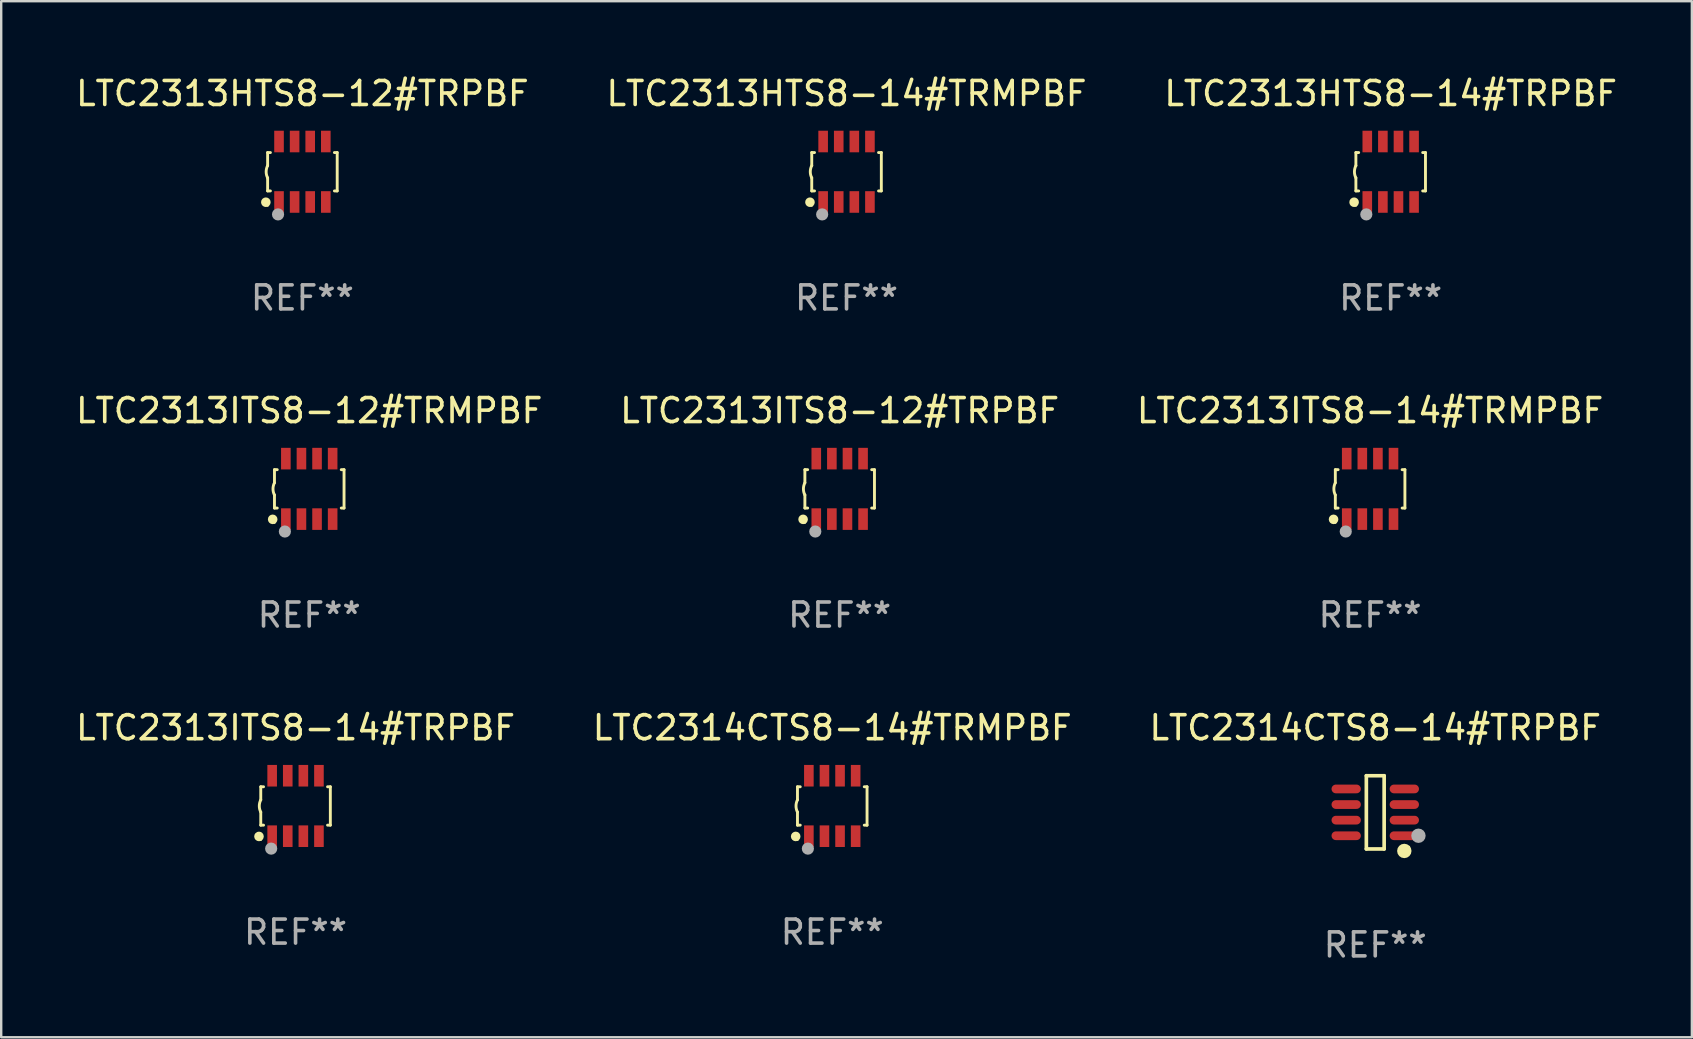
<source format=kicad_pcb>
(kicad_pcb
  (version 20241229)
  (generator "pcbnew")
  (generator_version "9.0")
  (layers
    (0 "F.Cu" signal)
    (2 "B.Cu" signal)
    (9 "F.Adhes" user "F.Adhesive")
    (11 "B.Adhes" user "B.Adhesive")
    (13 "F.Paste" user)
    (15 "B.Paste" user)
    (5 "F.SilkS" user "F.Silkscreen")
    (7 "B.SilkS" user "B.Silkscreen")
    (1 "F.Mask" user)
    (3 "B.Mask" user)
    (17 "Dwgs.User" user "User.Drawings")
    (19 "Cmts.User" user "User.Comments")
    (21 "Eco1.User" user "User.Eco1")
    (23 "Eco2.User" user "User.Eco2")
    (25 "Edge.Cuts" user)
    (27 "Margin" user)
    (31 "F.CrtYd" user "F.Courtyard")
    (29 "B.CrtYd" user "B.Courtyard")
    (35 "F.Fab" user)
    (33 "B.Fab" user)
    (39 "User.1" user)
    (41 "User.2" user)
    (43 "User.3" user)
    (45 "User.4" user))
  (footprint "LTC2313HTS8-14#TRPBF"
    (layer "F.Cu")
    (at 54.911 4.108)
    (property "Reference" "LTC2313HTS8-14#TRPBF" (at 0 -3.26 0) (layer "F.SilkS") (effects (font (size 1 1) (thickness 0.15))))
    (attr through_hole)
    (fp_line (start -1.45 -0.8) (end -1.45 -0.254) (stroke (width 0.12) (type solid)) (layer "F.SilkS"))
    (fp_line (start -1.45 -0.8) (end -1.334 -0.8) (stroke (width 0.12) (type solid)) (layer "F.SilkS"))
    (fp_line (start -1.45 0.8) (end -1.45 0.254) (stroke (width 0.12) (type solid)) (layer "F.SilkS"))
    (fp_line (start -1.45 0.8) (end -1.334 0.8) (stroke (width 0.12) (type solid)) (layer "F.SilkS"))
    (fp_line (start 1.334 -0.8) (end 1.45 -0.8) (stroke (width 0.12) (type solid)) (layer "F.SilkS"))
    (fp_line (start 1.334 0.8) (end 1.45 0.8) (stroke (width 0.12) (type solid)) (layer "F.SilkS"))
    (fp_line (start 1.45 0.8) (end 1.45 -0.8) (stroke (width 0.12) (type solid)) (layer "F.SilkS"))
    (fp_arc (start -1.45075 0.255144) (mid -1.510605 0.000434) (end -1.450013 -0.254102) (stroke (width 0.11999) (type solid)) (layer "F.SilkS"))
    (fp_circle (center -1.524 1.27) (end -1.424 1.27) (stroke (width 0.2) (type solid)) (fill no) (layer "F.SilkS"))
    (fp_circle (center -1.45 1.4) (end -1.42 1.4) (stroke (width 0.06) (type solid)) (fill no) (layer "F.SilkS"))
    (fp_circle (center -1.016 1.778) (end -0.889 1.778) (stroke (width 0.254) (type solid)) (fill no) (layer "F.Fab"))
    (fp_text user "REF**" (at 0 5.26 0) (layer "F.Fab") (effects (font (size 1 1) (thickness 0.15))))
    (pad "1" smd rect (at -0.975 1.26) (size 0.4 0.9) (layers "F.Cu" "F.Mask" "F.Paste"))
    (pad "2" smd rect (at -0.325 1.26) (size 0.4 0.9) (layers "F.Cu" "F.Mask" "F.Paste"))
    (pad "3" smd rect (at 0.325 1.26) (size 0.4 0.9) (layers "F.Cu" "F.Mask" "F.Paste"))
    (pad "4" smd rect (at 0.975 1.26) (size 0.4 0.9) (layers "F.Cu" "F.Mask" "F.Paste"))
    (pad "5" smd rect (at 0.975 -1.26) (size 0.4 0.9) (layers "F.Cu" "F.Mask" "F.Paste"))
    (pad "6" smd rect (at 0.325 -1.26) (size 0.4 0.9) (layers "F.Cu" "F.Mask" "F.Paste"))
    (pad "7" smd rect (at -0.325 -1.26) (size 0.4 0.9) (layers "F.Cu" "F.Mask" "F.Paste"))
    (pad "8" smd rect (at -0.975 -1.26) (size 0.4 0.9) (layers "F.Cu" "F.Mask" "F.Paste")))
  (footprint "LTC2314CTS8-14#TRMPBF"
    (layer "F.Cu")
    (at 31.637 30.541)
    (property "Reference" "LTC2314CTS8-14#TRMPBF" (at 0 -3.26 0) (layer "F.SilkS") (effects (font (size 1 1) (thickness 0.15))))
    (attr through_hole)
    (fp_line (start -1.45 -0.8) (end -1.45 -0.254) (stroke (width 0.12) (type solid)) (layer "F.SilkS"))
    (fp_line (start -1.45 -0.8) (end -1.334 -0.8) (stroke (width 0.12) (type solid)) (layer "F.SilkS"))
    (fp_line (start -1.45 0.8) (end -1.45 0.254) (stroke (width 0.12) (type solid)) (layer "F.SilkS"))
    (fp_line (start -1.45 0.8) (end -1.334 0.8) (stroke (width 0.12) (type solid)) (layer "F.SilkS"))
    (fp_line (start 1.334 -0.8) (end 1.45 -0.8) (stroke (width 0.12) (type solid)) (layer "F.SilkS"))
    (fp_line (start 1.334 0.8) (end 1.45 0.8) (stroke (width 0.12) (type solid)) (layer "F.SilkS"))
    (fp_line (start 1.45 0.8) (end 1.45 -0.8) (stroke (width 0.12) (type solid)) (layer "F.SilkS"))
    (fp_arc (start -1.45075 0.255144) (mid -1.510605 0.000434) (end -1.450013 -0.254102) (stroke (width 0.11999) (type solid)) (layer "F.SilkS"))
    (fp_circle (center -1.524 1.27) (end -1.424 1.27) (stroke (width 0.2) (type solid)) (fill no) (layer "F.SilkS"))
    (fp_circle (center -1.45 1.4) (end -1.42 1.4) (stroke (width 0.06) (type solid)) (fill no) (layer "F.SilkS"))
    (fp_circle (center -1.016 1.778) (end -0.889 1.778) (stroke (width 0.254) (type solid)) (fill no) (layer "F.Fab"))
    (fp_text user "REF**" (at 0 5.26 0) (layer "F.Fab") (effects (font (size 1 1) (thickness 0.15))))
    (pad "1" smd rect (at -0.975 1.26) (size 0.4 0.9) (layers "F.Cu" "F.Mask" "F.Paste"))
    (pad "2" smd rect (at -0.325 1.26) (size 0.4 0.9) (layers "F.Cu" "F.Mask" "F.Paste"))
    (pad "3" smd rect (at 0.325 1.26) (size 0.4 0.9) (layers "F.Cu" "F.Mask" "F.Paste"))
    (pad "4" smd rect (at 0.975 1.26) (size 0.4 0.9) (layers "F.Cu" "F.Mask" "F.Paste"))
    (pad "5" smd rect (at 0.975 -1.26) (size 0.4 0.9) (layers "F.Cu" "F.Mask" "F.Paste"))
    (pad "6" smd rect (at 0.325 -1.26) (size 0.4 0.9) (layers "F.Cu" "F.Mask" "F.Paste"))
    (pad "7" smd rect (at -0.325 -1.26) (size 0.4 0.9) (layers "F.Cu" "F.Mask" "F.Paste"))
    (pad "8" smd rect (at -0.975 -1.26) (size 0.4 0.9) (layers "F.Cu" "F.Mask" "F.Paste")))
  (footprint "LTC2313ITS8-12#TRMPBF"
    (layer "F.Cu")
    (at 9.839 17.325)
    (property "Reference" "LTC2313ITS8-12#TRMPBF" (at 0 -3.26 0) (layer "F.SilkS") (effects (font (size 1 1) (thickness 0.15))))
    (attr through_hole)
    (fp_line (start -1.45 -0.8) (end -1.45 -0.254) (stroke (width 0.12) (type solid)) (layer "F.SilkS"))
    (fp_line (start -1.45 -0.8) (end -1.334 -0.8) (stroke (width 0.12) (type solid)) (layer "F.SilkS"))
    (fp_line (start -1.45 0.8) (end -1.45 0.254) (stroke (width 0.12) (type solid)) (layer "F.SilkS"))
    (fp_line (start -1.45 0.8) (end -1.334 0.8) (stroke (width 0.12) (type solid)) (layer "F.SilkS"))
    (fp_line (start 1.334 -0.8) (end 1.45 -0.8) (stroke (width 0.12) (type solid)) (layer "F.SilkS"))
    (fp_line (start 1.334 0.8) (end 1.45 0.8) (stroke (width 0.12) (type solid)) (layer "F.SilkS"))
    (fp_line (start 1.45 0.8) (end 1.45 -0.8) (stroke (width 0.12) (type solid)) (layer "F.SilkS"))
    (fp_arc (start -1.45075 0.255144) (mid -1.510605 0.000434) (end -1.450013 -0.254102) (stroke (width 0.11999) (type solid)) (layer "F.SilkS"))
    (fp_circle (center -1.524 1.27) (end -1.424 1.27) (stroke (width 0.2) (type solid)) (fill no) (layer "F.SilkS"))
    (fp_circle (center -1.45 1.4) (end -1.42 1.4) (stroke (width 0.06) (type solid)) (fill no) (layer "F.SilkS"))
    (fp_circle (center -1.016 1.778) (end -0.889 1.778) (stroke (width 0.254) (type solid)) (fill no) (layer "F.Fab"))
    (fp_text user "REF**" (at 0 5.26 0) (layer "F.Fab") (effects (font (size 1 1) (thickness 0.15))))
    (pad "1" smd rect (at -0.975 1.26) (size 0.4 0.9) (layers "F.Cu" "F.Mask" "F.Paste"))
    (pad "2" smd rect (at -0.325 1.26) (size 0.4 0.9) (layers "F.Cu" "F.Mask" "F.Paste"))
    (pad "3" smd rect (at 0.325 1.26) (size 0.4 0.9) (layers "F.Cu" "F.Mask" "F.Paste"))
    (pad "4" smd rect (at 0.975 1.26) (size 0.4 0.9) (layers "F.Cu" "F.Mask" "F.Paste"))
    (pad "5" smd rect (at 0.975 -1.26) (size 0.4 0.9) (layers "F.Cu" "F.Mask" "F.Paste"))
    (pad "6" smd rect (at 0.325 -1.26) (size 0.4 0.9) (layers "F.Cu" "F.Mask" "F.Paste"))
    (pad "7" smd rect (at -0.325 -1.26) (size 0.4 0.9) (layers "F.Cu" "F.Mask" "F.Paste"))
    (pad "8" smd rect (at -0.975 -1.26) (size 0.4 0.9) (layers "F.Cu" "F.Mask" "F.Paste")))
  (footprint "LTC2313HTS8-12#TRPBF"
    (layer "F.Cu")
    (at 9.554 4.108)
    (property "Reference" "LTC2313HTS8-12#TRPBF" (at 0 -3.26 0) (layer "F.SilkS") (effects (font (size 1 1) (thickness 0.15))))
    (attr through_hole)
    (fp_line (start -1.45 -0.8) (end -1.45 -0.254) (stroke (width 0.12) (type solid)) (layer "F.SilkS"))
    (fp_line (start -1.45 -0.8) (end -1.334 -0.8) (stroke (width 0.12) (type solid)) (layer "F.SilkS"))
    (fp_line (start -1.45 0.8) (end -1.45 0.254) (stroke (width 0.12) (type solid)) (layer "F.SilkS"))
    (fp_line (start -1.45 0.8) (end -1.334 0.8) (stroke (width 0.12) (type solid)) (layer "F.SilkS"))
    (fp_line (start 1.334 -0.8) (end 1.45 -0.8) (stroke (width 0.12) (type solid)) (layer "F.SilkS"))
    (fp_line (start 1.334 0.8) (end 1.45 0.8) (stroke (width 0.12) (type solid)) (layer "F.SilkS"))
    (fp_line (start 1.45 0.8) (end 1.45 -0.8) (stroke (width 0.12) (type solid)) (layer "F.SilkS"))
    (fp_arc (start -1.45075 0.255144) (mid -1.510605 0.000434) (end -1.450013 -0.254102) (stroke (width 0.11999) (type solid)) (layer "F.SilkS"))
    (fp_circle (center -1.524 1.27) (end -1.424 1.27) (stroke (width 0.2) (type solid)) (fill no) (layer "F.SilkS"))
    (fp_circle (center -1.45 1.4) (end -1.42 1.4) (stroke (width 0.06) (type solid)) (fill no) (layer "F.SilkS"))
    (fp_circle (center -1.016 1.778) (end -0.889 1.778) (stroke (width 0.254) (type solid)) (fill no) (layer "F.Fab"))
    (fp_text user "REF**" (at 0 5.26 0) (layer "F.Fab") (effects (font (size 1 1) (thickness 0.15))))
    (pad "1" smd rect (at -0.975 1.26) (size 0.4 0.9) (layers "F.Cu" "F.Mask" "F.Paste"))
    (pad "2" smd rect (at -0.325 1.26) (size 0.4 0.9) (layers "F.Cu" "F.Mask" "F.Paste"))
    (pad "3" smd rect (at 0.325 1.26) (size 0.4 0.9) (layers "F.Cu" "F.Mask" "F.Paste"))
    (pad "4" smd rect (at 0.975 1.26) (size 0.4 0.9) (layers "F.Cu" "F.Mask" "F.Paste"))
    (pad "5" smd rect (at 0.975 -1.26) (size 0.4 0.9) (layers "F.Cu" "F.Mask" "F.Paste"))
    (pad "6" smd rect (at 0.325 -1.26) (size 0.4 0.9) (layers "F.Cu" "F.Mask" "F.Paste"))
    (pad "7" smd rect (at -0.325 -1.26) (size 0.4 0.9) (layers "F.Cu" "F.Mask" "F.Paste"))
    (pad "8" smd rect (at -0.975 -1.26) (size 0.4 0.9) (layers "F.Cu" "F.Mask" "F.Paste")))
  (footprint "LTC2313HTS8-14#TRMPBF"
    (layer "F.Cu")
    (at 32.232 4.108)
    (property "Reference" "LTC2313HTS8-14#TRMPBF" (at 0 -3.26 0) (layer "F.SilkS") (effects (font (size 1 1) (thickness 0.15))))
    (attr through_hole)
    (fp_line (start -1.45 -0.8) (end -1.45 -0.254) (stroke (width 0.12) (type solid)) (layer "F.SilkS"))
    (fp_line (start -1.45 -0.8) (end -1.334 -0.8) (stroke (width 0.12) (type solid)) (layer "F.SilkS"))
    (fp_line (start -1.45 0.8) (end -1.45 0.254) (stroke (width 0.12) (type solid)) (layer "F.SilkS"))
    (fp_line (start -1.45 0.8) (end -1.334 0.8) (stroke (width 0.12) (type solid)) (layer "F.SilkS"))
    (fp_line (start 1.334 -0.8) (end 1.45 -0.8) (stroke (width 0.12) (type solid)) (layer "F.SilkS"))
    (fp_line (start 1.334 0.8) (end 1.45 0.8) (stroke (width 0.12) (type solid)) (layer "F.SilkS"))
    (fp_line (start 1.45 0.8) (end 1.45 -0.8) (stroke (width 0.12) (type solid)) (layer "F.SilkS"))
    (fp_arc (start -1.45075 0.255144) (mid -1.510605 0.000434) (end -1.450013 -0.254102) (stroke (width 0.11999) (type solid)) (layer "F.SilkS"))
    (fp_circle (center -1.524 1.27) (end -1.424 1.27) (stroke (width 0.2) (type solid)) (fill no) (layer "F.SilkS"))
    (fp_circle (center -1.45 1.4) (end -1.42 1.4) (stroke (width 0.06) (type solid)) (fill no) (layer "F.SilkS"))
    (fp_circle (center -1.016 1.778) (end -0.889 1.778) (stroke (width 0.254) (type solid)) (fill no) (layer "F.Fab"))
    (fp_text user "REF**" (at 0 5.26 0) (layer "F.Fab") (effects (font (size 1 1) (thickness 0.15))))
    (pad "1" smd rect (at -0.975 1.26) (size 0.4 0.9) (layers "F.Cu" "F.Mask" "F.Paste"))
    (pad "2" smd rect (at -0.325 1.26) (size 0.4 0.9) (layers "F.Cu" "F.Mask" "F.Paste"))
    (pad "3" smd rect (at 0.325 1.26) (size 0.4 0.9) (layers "F.Cu" "F.Mask" "F.Paste"))
    (pad "4" smd rect (at 0.975 1.26) (size 0.4 0.9) (layers "F.Cu" "F.Mask" "F.Paste"))
    (pad "5" smd rect (at 0.975 -1.26) (size 0.4 0.9) (layers "F.Cu" "F.Mask" "F.Paste"))
    (pad "6" smd rect (at 0.325 -1.26) (size 0.4 0.9) (layers "F.Cu" "F.Mask" "F.Paste"))
    (pad "7" smd rect (at -0.325 -1.26) (size 0.4 0.9) (layers "F.Cu" "F.Mask" "F.Paste"))
    (pad "8" smd rect (at -0.975 -1.26) (size 0.4 0.9) (layers "F.Cu" "F.Mask" "F.Paste")))
  (footprint "LTC2313ITS8-12#TRPBF"
    (layer "F.Cu")
    (at 31.946 17.325)
    (property "Reference" "LTC2313ITS8-12#TRPBF" (at 0 -3.26 0) (layer "F.SilkS") (effects (font (size 1 1) (thickness 0.15))))
    (attr through_hole)
    (fp_line (start -1.45 -0.8) (end -1.45 -0.254) (stroke (width 0.12) (type solid)) (layer "F.SilkS"))
    (fp_line (start -1.45 -0.8) (end -1.334 -0.8) (stroke (width 0.12) (type solid)) (layer "F.SilkS"))
    (fp_line (start -1.45 0.8) (end -1.45 0.254) (stroke (width 0.12) (type solid)) (layer "F.SilkS"))
    (fp_line (start -1.45 0.8) (end -1.334 0.8) (stroke (width 0.12) (type solid)) (layer "F.SilkS"))
    (fp_line (start 1.334 -0.8) (end 1.45 -0.8) (stroke (width 0.12) (type solid)) (layer "F.SilkS"))
    (fp_line (start 1.334 0.8) (end 1.45 0.8) (stroke (width 0.12) (type solid)) (layer "F.SilkS"))
    (fp_line (start 1.45 0.8) (end 1.45 -0.8) (stroke (width 0.12) (type solid)) (layer "F.SilkS"))
    (fp_arc (start -1.45075 0.255144) (mid -1.510605 0.000434) (end -1.450013 -0.254102) (stroke (width 0.11999) (type solid)) (layer "F.SilkS"))
    (fp_circle (center -1.524 1.27) (end -1.424 1.27) (stroke (width 0.2) (type solid)) (fill no) (layer "F.SilkS"))
    (fp_circle (center -1.45 1.4) (end -1.42 1.4) (stroke (width 0.06) (type solid)) (fill no) (layer "F.SilkS"))
    (fp_circle (center -1.016 1.778) (end -0.889 1.778) (stroke (width 0.254) (type solid)) (fill no) (layer "F.Fab"))
    (fp_text user "REF**" (at 0 5.26 0) (layer "F.Fab") (effects (font (size 1 1) (thickness 0.15))))
    (pad "1" smd rect (at -0.975 1.26) (size 0.4 0.9) (layers "F.Cu" "F.Mask" "F.Paste"))
    (pad "2" smd rect (at -0.325 1.26) (size 0.4 0.9) (layers "F.Cu" "F.Mask" "F.Paste"))
    (pad "3" smd rect (at 0.325 1.26) (size 0.4 0.9) (layers "F.Cu" "F.Mask" "F.Paste"))
    (pad "4" smd rect (at 0.975 1.26) (size 0.4 0.9) (layers "F.Cu" "F.Mask" "F.Paste"))
    (pad "5" smd rect (at 0.975 -1.26) (size 0.4 0.9) (layers "F.Cu" "F.Mask" "F.Paste"))
    (pad "6" smd rect (at 0.325 -1.26) (size 0.4 0.9) (layers "F.Cu" "F.Mask" "F.Paste"))
    (pad "7" smd rect (at -0.325 -1.26) (size 0.4 0.9) (layers "F.Cu" "F.Mask" "F.Paste"))
    (pad "8" smd rect (at -0.975 -1.26) (size 0.4 0.9) (layers "F.Cu" "F.Mask" "F.Paste")))
  (footprint "LTC2313ITS8-14#TRMPBF"
    (layer "F.Cu")
    (at 54.054 17.325)
    (property "Reference" "LTC2313ITS8-14#TRMPBF" (at 0 -3.26 0) (layer "F.SilkS") (effects (font (size 1 1) (thickness 0.15))))
    (attr through_hole)
    (fp_line (start -1.45 -0.8) (end -1.45 -0.254) (stroke (width 0.12) (type solid)) (layer "F.SilkS"))
    (fp_line (start -1.45 -0.8) (end -1.334 -0.8) (stroke (width 0.12) (type solid)) (layer "F.SilkS"))
    (fp_line (start -1.45 0.8) (end -1.45 0.254) (stroke (width 0.12) (type solid)) (layer "F.SilkS"))
    (fp_line (start -1.45 0.8) (end -1.334 0.8) (stroke (width 0.12) (type solid)) (layer "F.SilkS"))
    (fp_line (start 1.334 -0.8) (end 1.45 -0.8) (stroke (width 0.12) (type solid)) (layer "F.SilkS"))
    (fp_line (start 1.334 0.8) (end 1.45 0.8) (stroke (width 0.12) (type solid)) (layer "F.SilkS"))
    (fp_line (start 1.45 0.8) (end 1.45 -0.8) (stroke (width 0.12) (type solid)) (layer "F.SilkS"))
    (fp_arc (start -1.45075 0.255144) (mid -1.510605 0.000434) (end -1.450013 -0.254102) (stroke (width 0.11999) (type solid)) (layer "F.SilkS"))
    (fp_circle (center -1.524 1.27) (end -1.424 1.27) (stroke (width 0.2) (type solid)) (fill no) (layer "F.SilkS"))
    (fp_circle (center -1.45 1.4) (end -1.42 1.4) (stroke (width 0.06) (type solid)) (fill no) (layer "F.SilkS"))
    (fp_circle (center -1.016 1.778) (end -0.889 1.778) (stroke (width 0.254) (type solid)) (fill no) (layer "F.Fab"))
    (fp_text user "REF**" (at 0 5.26 0) (layer "F.Fab") (effects (font (size 1 1) (thickness 0.15))))
    (pad "1" smd rect (at -0.975 1.26) (size 0.4 0.9) (layers "F.Cu" "F.Mask" "F.Paste"))
    (pad "2" smd rect (at -0.325 1.26) (size 0.4 0.9) (layers "F.Cu" "F.Mask" "F.Paste"))
    (pad "3" smd rect (at 0.325 1.26) (size 0.4 0.9) (layers "F.Cu" "F.Mask" "F.Paste"))
    (pad "4" smd rect (at 0.975 1.26) (size 0.4 0.9) (layers "F.Cu" "F.Mask" "F.Paste"))
    (pad "5" smd rect (at 0.975 -1.26) (size 0.4 0.9) (layers "F.Cu" "F.Mask" "F.Paste"))
    (pad "6" smd rect (at 0.325 -1.26) (size 0.4 0.9) (layers "F.Cu" "F.Mask" "F.Paste"))
    (pad "7" smd rect (at -0.325 -1.26) (size 0.4 0.9) (layers "F.Cu" "F.Mask" "F.Paste"))
    (pad "8" smd rect (at -0.975 -1.26) (size 0.4 0.9) (layers "F.Cu" "F.Mask" "F.Paste")))
  (footprint "LTC2313ITS8-14#TRPBF"
    (layer "F.Cu")
    (at 9.268 30.541)
    (property "Reference" "LTC2313ITS8-14#TRPBF" (at 0 -3.26 0) (layer "F.SilkS") (effects (font (size 1 1) (thickness 0.15))))
    (attr through_hole)
    (fp_line (start -1.45 -0.8) (end -1.45 -0.254) (stroke (width 0.12) (type solid)) (layer "F.SilkS"))
    (fp_line (start -1.45 -0.8) (end -1.334 -0.8) (stroke (width 0.12) (type solid)) (layer "F.SilkS"))
    (fp_line (start -1.45 0.8) (end -1.45 0.254) (stroke (width 0.12) (type solid)) (layer "F.SilkS"))
    (fp_line (start -1.45 0.8) (end -1.334 0.8) (stroke (width 0.12) (type solid)) (layer "F.SilkS"))
    (fp_line (start 1.334 -0.8) (end 1.45 -0.8) (stroke (width 0.12) (type solid)) (layer "F.SilkS"))
    (fp_line (start 1.334 0.8) (end 1.45 0.8) (stroke (width 0.12) (type solid)) (layer "F.SilkS"))
    (fp_line (start 1.45 0.8) (end 1.45 -0.8) (stroke (width 0.12) (type solid)) (layer "F.SilkS"))
    (fp_arc (start -1.45075 0.255144) (mid -1.510605 0.000434) (end -1.450013 -0.254102) (stroke (width 0.11999) (type solid)) (layer "F.SilkS"))
    (fp_circle (center -1.524 1.27) (end -1.424 1.27) (stroke (width 0.2) (type solid)) (fill no) (layer "F.SilkS"))
    (fp_circle (center -1.45 1.4) (end -1.42 1.4) (stroke (width 0.06) (type solid)) (fill no) (layer "F.SilkS"))
    (fp_circle (center -1.016 1.778) (end -0.889 1.778) (stroke (width 0.254) (type solid)) (fill no) (layer "F.Fab"))
    (fp_text user "REF**" (at 0 5.26 0) (layer "F.Fab") (effects (font (size 1 1) (thickness 0.15))))
    (pad "1" smd rect (at -0.975 1.26) (size 0.4 0.9) (layers "F.Cu" "F.Mask" "F.Paste"))
    (pad "2" smd rect (at -0.325 1.26) (size 0.4 0.9) (layers "F.Cu" "F.Mask" "F.Paste"))
    (pad "3" smd rect (at 0.325 1.26) (size 0.4 0.9) (layers "F.Cu" "F.Mask" "F.Paste"))
    (pad "4" smd rect (at 0.975 1.26) (size 0.4 0.9) (layers "F.Cu" "F.Mask" "F.Paste"))
    (pad "5" smd rect (at 0.975 -1.26) (size 0.4 0.9) (layers "F.Cu" "F.Mask" "F.Paste"))
    (pad "6" smd rect (at 0.325 -1.26) (size 0.4 0.9) (layers "F.Cu" "F.Mask" "F.Paste"))
    (pad "7" smd rect (at -0.325 -1.26) (size 0.4 0.9) (layers "F.Cu" "F.Mask" "F.Paste"))
    (pad "8" smd rect (at -0.975 -1.26) (size 0.4 0.9) (layers "F.Cu" "F.Mask" "F.Paste")))
  (footprint "LTC2314CTS8-14#TRPBF"
    (layer "F.Cu")
    (at 54.268 30.807)
    (property "Reference" "LTC2314CTS8-14#TRPBF" (at 0 -3.526 0) (layer "F.SilkS") (effects (font (size 1 1) (thickness 0.15))))
    (attr through_hole)
    (fp_line (start -0.371 -1.526) (end 0.371 -1.526) (stroke (width 0.152) (type solid)) (layer "F.SilkS"))
    (fp_line (start -0.371 1.526) (end -0.371 -1.526) (stroke (width 0.152) (type solid)) (layer "F.SilkS"))
    (fp_line (start 0.371 -1.526) (end 0.371 1.526) (stroke (width 0.152) (type solid)) (layer "F.SilkS"))
    (fp_line (start 0.371 1.526) (end -0.371 1.526) (stroke (width 0.152) (type solid)) (layer "F.SilkS"))
    (fp_circle (center 1.211 1.609) (end 1.361 1.609) (stroke (width 0.3) (type solid)) (fill no) (layer "F.SilkS"))
    (fp_circle (center 1.4 1.45) (end 1.43 1.45) (stroke (width 0.06) (type solid)) (fill no) (layer "F.SilkS"))
    (fp_circle (center 1.8 0.975) (end 1.95 0.975) (stroke (width 0.3) (type solid)) (fill no) (layer "F.Fab"))
    (fp_text user "REF**" (at 0 5.526 0) (layer "F.Fab") (effects (font (size 1 1) (thickness 0.15))))
    (pad "1" smd oval (at 1.211 0.975) (size 1.222 0.364) (layers "F.Cu" "F.Mask" "F.Paste"))
    (pad "2" smd oval (at 1.211 0.325) (size 1.222 0.364) (layers "F.Cu" "F.Mask" "F.Paste"))
    (pad "3" smd oval (at 1.211 -0.325) (size 1.222 0.364) (layers "F.Cu" "F.Mask" "F.Paste"))
    (pad "4" smd oval (at 1.211 -0.975) (size 1.222 0.364) (layers "F.Cu" "F.Mask" "F.Paste"))
    (pad "5" smd oval (at -1.211 -0.975) (size 1.222 0.364) (layers "F.Cu" "F.Mask" "F.Paste"))
    (pad "6" smd oval (at -1.211 -0.325) (size 1.222 0.364) (layers "F.Cu" "F.Mask" "F.Paste"))
    (pad "7" smd oval (at -1.211 0.325) (size 1.222 0.364) (layers "F.Cu" "F.Mask" "F.Paste"))
    (pad "8" smd oval (at -1.211 0.975) (size 1.222 0.364) (layers "F.Cu" "F.Mask" "F.Paste")))
  (gr_rect
    (start -3 -3)
    (end 67.464 40.182)
    (stroke (width 0.1) (type default))
    (fill no)
    (layer "Edge.Cuts")))
</source>
